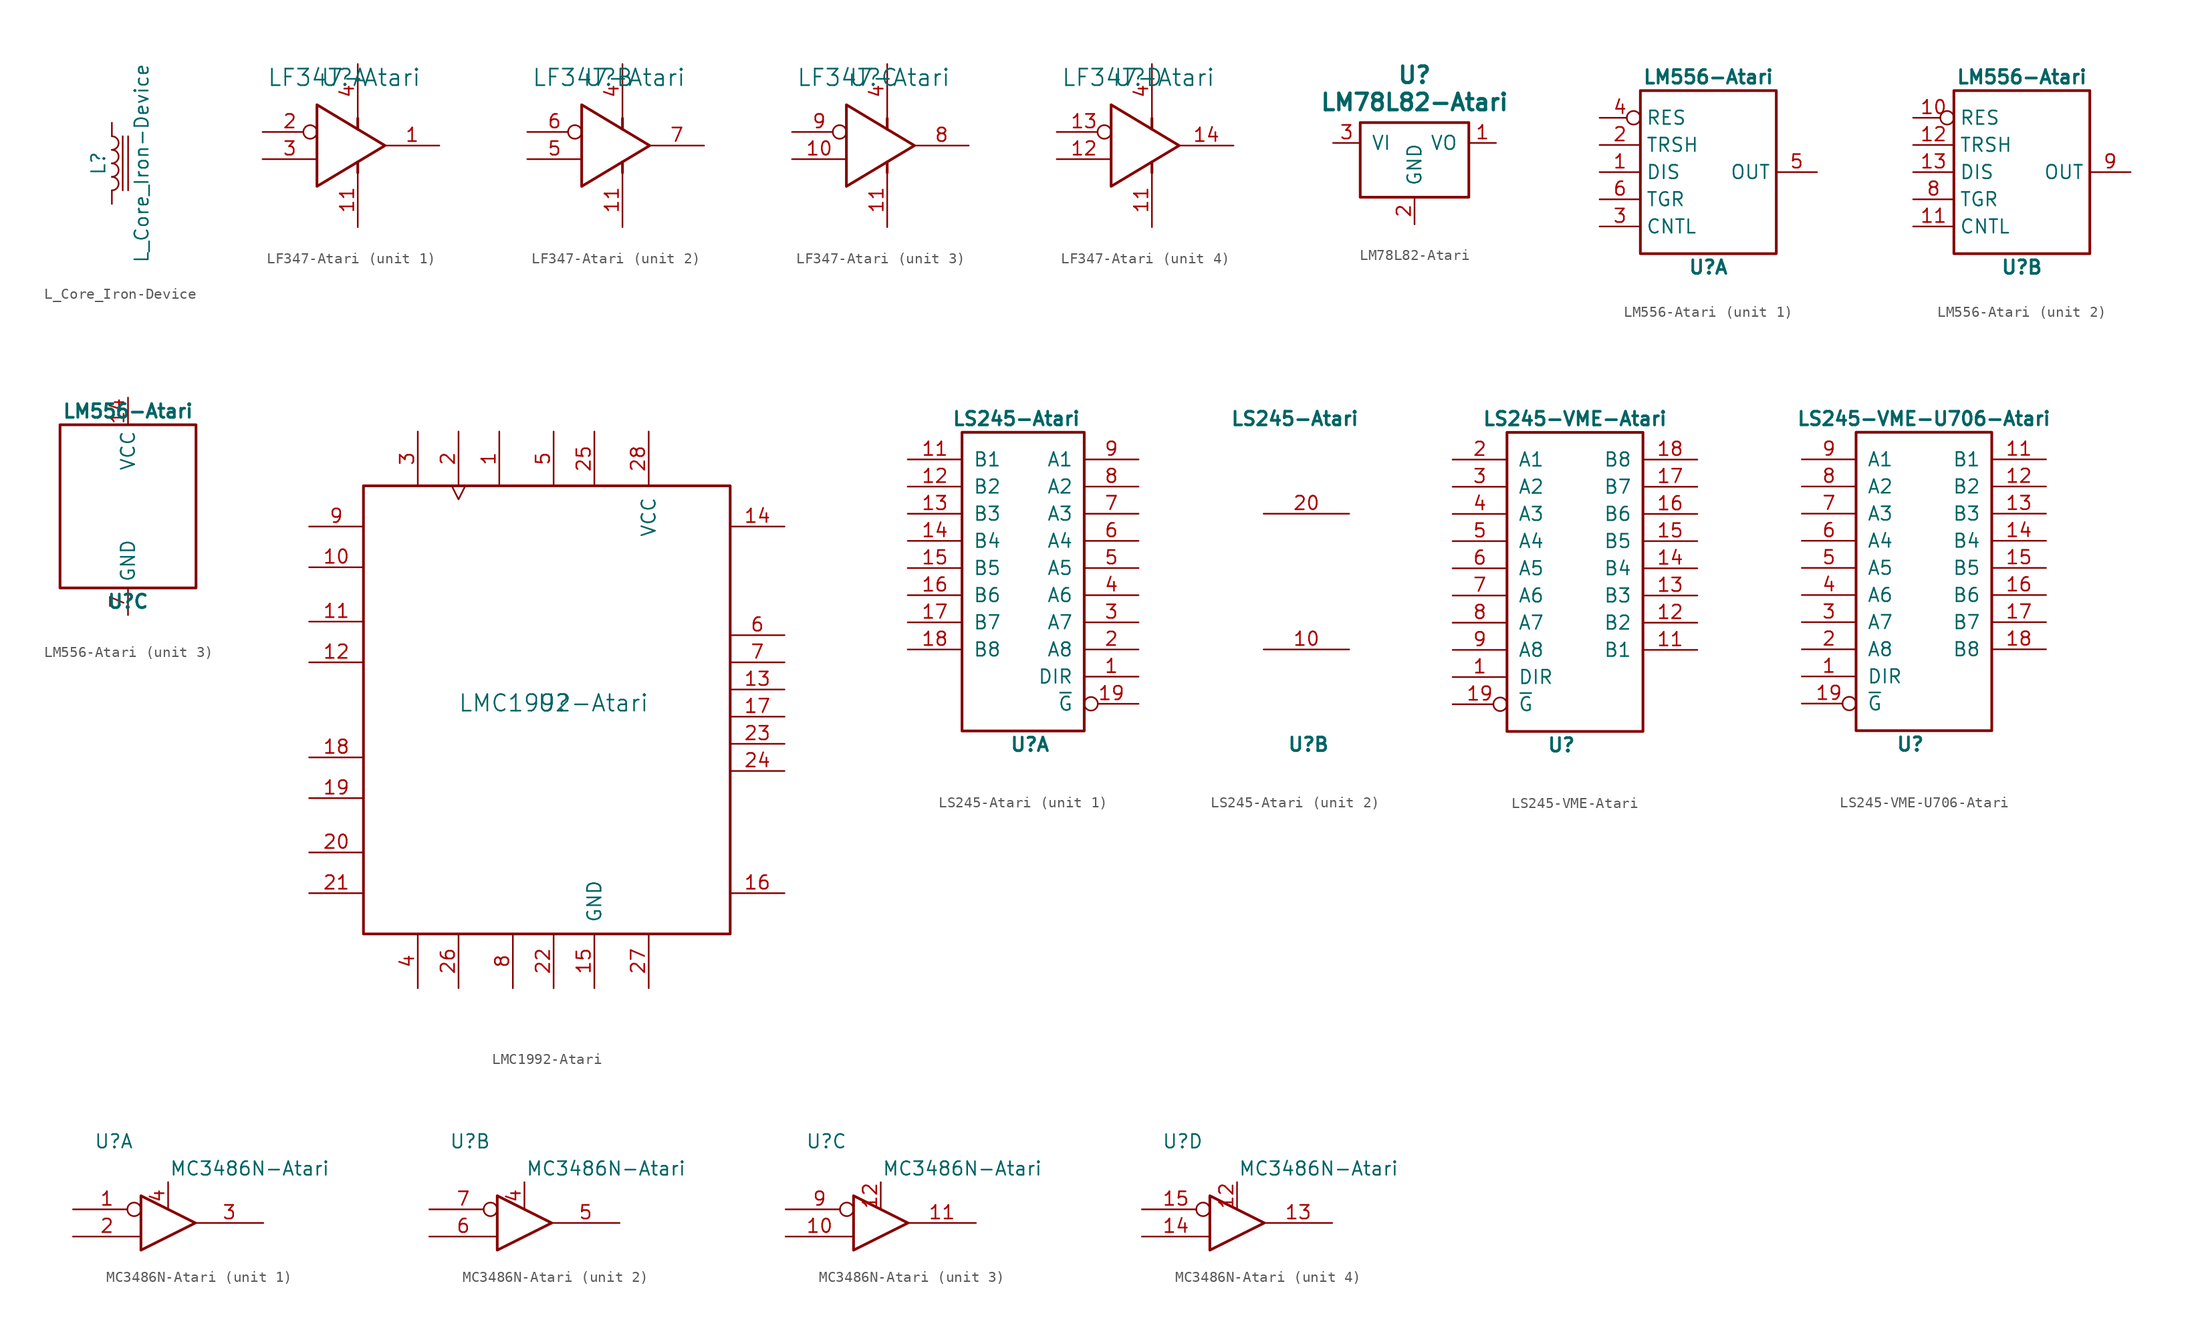
<source format=kicad_sym>
(kicad_symbol_lib
  (version 20231120)
  (generator "kicad_symbol_editor")
  (generator_version "8.0")
  (symbol "L_Core_Iron-Device"
    (pin_numbers hide)
    (pin_names
      (offset 1.016) hide)
    (property "Reference" "L"
      (at -1.27 0 90)
      (effects (font (size 1.27 1.27))))
    (property "Value" "L_Core_Iron-Device"
      (at 2.794 0 90)
      (effects (font (size 1.27 1.27))))
    (symbol "L_Core_Iron-Device_0_1"
      (arc (start 0 -2.54) (mid 0.635 -1.905) (end 0 -1.27) (stroke (width 0) (type solid)) (fill (type none)))
      (arc (start 0 -1.27) (mid 0.635 -0.635) (end 0 0) (stroke (width 0) (type solid)) (fill (type none)))
      (polyline (pts (xy 1.016 2.54) (xy 1.016 -2.54)) (stroke (width 0) (type solid)) (fill (type none)))
      (polyline (pts (xy 1.524 -2.54) (xy 1.524 2.54)) (stroke (width 0) (type solid)) (fill (type none)))
      (arc (start 0 0) (mid 0.635 0.635) (end 0 1.27) (stroke (width 0) (type solid)) (fill (type none)))
      (arc (start 0 1.27) (mid 0.635 1.905) (end 0 2.54) (stroke (width 0) (type solid)) (fill (type none))))
    (symbol "L_Core_Iron-Device_1_1"
      (pin passive line (at 0 3.81 270) (length 1.27) (name "1" (effects (font (size 1.27 1.27)))) (number "1" (effects (font (size 1.27 1.27)))))
      (pin passive line (at 0 -3.81 90) (length 1.27) (name "2" (effects (font (size 1.27 1.27)))) (number "2" (effects (font (size 1.27 1.27)))))))
  (symbol "LF347-Atari"
    (pin_names
      (offset 1.016))
    (property "Reference" "U"
      (at 0 6.35 0)
      (effects (font (size 1.549 1.549))))
    (property "Value" "LF347-Atari"
      (at 0 6.35 0)
      (effects (font (size 1.549 1.549))))
    (symbol "LF347-Atari_0_1"
      (polyline (pts (xy 1.27 -1.524) (xy 1.27 -2.54)) (stroke (width 0.254) (type solid)) (fill (type none)))
      (polyline (pts (xy 1.27 1.524) (xy 1.27 2.54)) (stroke (width 0.254) (type solid)) (fill (type none)))
      (polyline (pts (xy -2.54 3.81) (xy -2.54 -3.81) (xy 3.81 0) (xy -2.54 3.81)) (stroke (width 0.254) (type solid)) (fill (type none)))
      (pin power_in line (at 1.27 -7.62 90) (length 5.08) (name "~" (effects (font (size 1.27 1.27)))) (number "11" (effects (font (size 1.27 1.27)))))
      (pin power_in line (at 1.27 7.62 270) (length 5.08) (name "~" (effects (font (size 1.27 1.27)))) (number "4" (effects (font (size 1.27 1.27))))))
    (symbol "LF347-Atari_1_1"
      (pin output line (at 8.89 0 180) (length 5.08) (name "~" (effects (font (size 1.27 1.27)))) (number "1" (effects (font (size 1.27 1.27)))))
      (pin input inverted (at -7.62 1.27 0) (length 5.08) (name "~" (effects (font (size 1.27 1.27)))) (number "2" (effects (font (size 1.27 1.27)))))
      (pin input line (at -7.62 -1.27 0) (length 5.08) (name "~" (effects (font (size 1.27 1.27)))) (number "3" (effects (font (size 1.27 1.27))))))
    (symbol "LF347-Atari_2_1"
      (pin input line (at -7.62 -1.27 0) (length 5.08) (name "~" (effects (font (size 1.27 1.27)))) (number "5" (effects (font (size 1.27 1.27)))))
      (pin input inverted (at -7.62 1.27 0) (length 5.08) (name "~" (effects (font (size 1.27 1.27)))) (number "6" (effects (font (size 1.27 1.27)))))
      (pin output line (at 8.89 0 180) (length 5.08) (name "~" (effects (font (size 1.27 1.27)))) (number "7" (effects (font (size 1.27 1.27))))))
    (symbol "LF347-Atari_3_1"
      (pin input line (at -7.62 -1.27 0) (length 5.08) (name "~" (effects (font (size 1.27 1.27)))) (number "10" (effects (font (size 1.27 1.27)))))
      (pin output line (at 8.89 0 180) (length 5.08) (name "~" (effects (font (size 1.27 1.27)))) (number "8" (effects (font (size 1.27 1.27)))))
      (pin input inverted (at -7.62 1.27 0) (length 5.08) (name "~" (effects (font (size 1.27 1.27)))) (number "9" (effects (font (size 1.27 1.27))))))
    (symbol "LF347-Atari_4_1"
      (pin input line (at -7.62 -1.27 0) (length 5.08) (name "~" (effects (font (size 1.27 1.27)))) (number "12" (effects (font (size 1.27 1.27)))))
      (pin input inverted (at -7.62 1.27 0) (length 5.08) (name "~" (effects (font (size 1.27 1.27)))) (number "13" (effects (font (size 1.27 1.27)))))
      (pin output line (at 8.89 0 180) (length 5.08) (name "~" (effects (font (size 1.27 1.27)))) (number "14" (effects (font (size 1.27 1.27)))))))
  (symbol "LM78L82-Atari"
    (pin_names
      (offset 1.016))
    (property "Reference" "U"
      (at 0 7.62 0)
      (effects (font (size 1.549 1.549) (bold yes))))
    (property "Value" "LM78L82-Atari"
      (at 0 5.08 0)
      (effects (font (size 1.549 1.549) (bold yes))))
    (symbol "LM78L82-Atari_1_1"
      (rectangle (start -5.08 -3.81) (end 5.08 3.175) (stroke (width 0.254) (type solid)) (fill (type none)))
      (pin power_out line (at 7.62 1.27 180) (length 2.54) (name "VO" (effects (font (size 1.27 1.27)))) (number "1" (effects (font (size 1.27 1.27)))))
      (pin power_in line (at 0 -6.35 90) (length 2.54) (name "GND" (effects (font (size 1.27 1.27)))) (number "2" (effects (font (size 1.27 1.27)))))
      (pin power_in line (at -7.62 1.27 0) (length 2.54) (name "VI" (effects (font (size 1.27 1.27)))) (number "3" (effects (font (size 1.27 1.27)))))))
  (symbol "LM556-Atari"
    (property "Reference" "U"
      (at 0 -8.89 0)
      (effects (font (size 1.27 1.27) (bold yes))))
    (property "Value" "LM556-Atari"
      (at 0 8.89 0)
      (effects (font (size 1.27 1.27) (bold yes))))
    (property "ki_locked" ""
      (at 0 0 0)
      (effects (font (size 1.27 1.27))))
    (symbol "LM556-Atari_0_1"
      (rectangle (start -6.35 -7.62) (end 6.35 7.62) (stroke (width 0.254) (type solid)) (fill (type none))))
    (symbol "LM556-Atari_1_1"
      (pin input line (at -10.16 0 0) (length 3.81) (name "DIS" (effects (font (size 1.27 1.27)))) (number "1" (effects (font (size 1.27 1.27)))))
      (pin input line (at -10.16 2.54 0) (length 3.81) (name "TRSH" (effects (font (size 1.27 1.27)))) (number "2" (effects (font (size 1.27 1.27)))))
      (pin input line (at -10.16 -5.08 0) (length 3.81) (name "CNTL" (effects (font (size 1.27 1.27)))) (number "3" (effects (font (size 1.27 1.27)))))
      (pin input inverted (at -10.16 5.08 0) (length 3.81) (name "RES" (effects (font (size 1.27 1.27)))) (number "4" (effects (font (size 1.27 1.27)))))
      (pin output line (at 10.16 0 180) (length 3.81) (name "OUT" (effects (font (size 1.27 1.27)))) (number "5" (effects (font (size 1.27 1.27)))))
      (pin input line (at -10.16 -2.54 0) (length 3.81) (name "TGR" (effects (font (size 1.27 1.27)))) (number "6" (effects (font (size 1.27 1.27))))))
    (symbol "LM556-Atari_2_1"
      (pin input inverted (at -10.16 5.08 0) (length 3.81) (name "RES" (effects (font (size 1.27 1.27)))) (number "10" (effects (font (size 1.27 1.27)))))
      (pin input line (at -10.16 -5.08 0) (length 3.81) (name "CNTL" (effects (font (size 1.27 1.27)))) (number "11" (effects (font (size 1.27 1.27)))))
      (pin input line (at -10.16 2.54 0) (length 3.81) (name "TRSH" (effects (font (size 1.27 1.27)))) (number "12" (effects (font (size 1.27 1.27)))))
      (pin input line (at -10.16 0 0) (length 3.81) (name "DIS" (effects (font (size 1.27 1.27)))) (number "13" (effects (font (size 1.27 1.27)))))
      (pin input line (at -10.16 -2.54 0) (length 3.81) (name "TGR" (effects (font (size 1.27 1.27)))) (number "8" (effects (font (size 1.27 1.27)))))
      (pin output line (at 10.16 0 180) (length 3.81) (name "OUT" (effects (font (size 1.27 1.27)))) (number "9" (effects (font (size 1.27 1.27))))))
    (symbol "LM556-Atari_3_1"
      (pin power_in line (at 0 10.16 270) (length 2.54) (name "VCC" (effects (font (size 1.27 1.27)))) (number "14" (effects (font (size 1.27 1.27)))))
      (pin power_in line (at 0 -10.16 90) (length 2.54) (name "GND" (effects (font (size 1.27 1.27)))) (number "7" (effects (font (size 1.27 1.27)))))))
  (symbol "LMC1992-Atari"
    (pin_names
      (offset 1.016))
    (property "Reference" "U"
      (at 0 0 0)
      (effects (font (size 1.549 1.549))))
    (property "Value" "LMC1992-Atari"
      (at 0 0 0)
      (effects (font (size 1.549 1.549))))
    (symbol "LMC1992-Atari_0_1"
      (rectangle (start -17.78 20.32) (end 16.51 -21.59) (stroke (width 0.254) (type solid)) (fill (type none))))
    (symbol "LMC1992-Atari_1_1"
      (pin input line (at -5.08 25.4 270) (length 5.08) (name "~" (effects (font (size 1.27 1.27)))) (number "1" (effects (font (size 1.27 1.27)))))
      (pin input line (at -22.86 12.7 0) (length 5.08) (name "~" (effects (font (size 1.27 1.27)))) (number "10" (effects (font (size 1.27 1.27)))))
      (pin output line (at -22.86 7.62 0) (length 5.08) (name "~" (effects (font (size 1.27 1.27)))) (number "11" (effects (font (size 1.27 1.27)))))
      (pin output line (at -22.86 3.81 0) (length 5.08) (name "~" (effects (font (size 1.27 1.27)))) (number "12" (effects (font (size 1.27 1.27)))))
      (pin output line (at 21.59 1.27 180) (length 5.08) (name "~" (effects (font (size 1.27 1.27)))) (number "13" (effects (font (size 1.27 1.27)))))
      (pin output line (at 21.59 16.51 180) (length 5.08) (name "~" (effects (font (size 1.27 1.27)))) (number "14" (effects (font (size 1.27 1.27)))))
      (pin power_in line (at 3.81 -26.67 90) (length 5.08) (name "GND" (effects (font (size 1.27 1.27)))) (number "15" (effects (font (size 1.27 1.27)))))
      (pin output line (at 21.59 -17.78 180) (length 5.08) (name "~" (effects (font (size 1.27 1.27)))) (number "16" (effects (font (size 1.27 1.27)))))
      (pin output line (at 21.59 -1.27 180) (length 5.08) (name "~" (effects (font (size 1.27 1.27)))) (number "17" (effects (font (size 1.27 1.27)))))
      (pin output line (at -22.86 -5.08 0) (length 5.08) (name "~" (effects (font (size 1.27 1.27)))) (number "18" (effects (font (size 1.27 1.27)))))
      (pin output line (at -22.86 -8.89 0) (length 5.08) (name "~" (effects (font (size 1.27 1.27)))) (number "19" (effects (font (size 1.27 1.27)))))
      (pin input clock (at -8.89 25.4 270) (length 5.08) (name "~" (effects (font (size 1.27 1.27)))) (number "2" (effects (font (size 1.27 1.27)))))
      (pin input line (at -22.86 -13.97 0) (length 5.08) (name "~" (effects (font (size 1.27 1.27)))) (number "20" (effects (font (size 1.27 1.27)))))
      (pin input line (at -22.86 -17.78 0) (length 5.08) (name "~" (effects (font (size 1.27 1.27)))) (number "21" (effects (font (size 1.27 1.27)))))
      (pin output line (at 0 -26.67 90) (length 5.08) (name "~" (effects (font (size 1.27 1.27)))) (number "22" (effects (font (size 1.27 1.27)))))
      (pin input line (at 21.59 -3.81 180) (length 5.08) (name "~" (effects (font (size 1.27 1.27)))) (number "23" (effects (font (size 1.27 1.27)))))
      (pin input line (at 21.59 -6.35 180) (length 5.08) (name "~" (effects (font (size 1.27 1.27)))) (number "24" (effects (font (size 1.27 1.27)))))
      (pin input line (at 3.81 25.4 270) (length 5.08) (name "~" (effects (font (size 1.27 1.27)))) (number "25" (effects (font (size 1.27 1.27)))))
      (pin input line (at -8.89 -26.67 90) (length 5.08) (name "~" (effects (font (size 1.27 1.27)))) (number "26" (effects (font (size 1.27 1.27)))))
      (pin input line (at 8.89 -26.67 90) (length 5.08) (name "~" (effects (font (size 1.27 1.27)))) (number "27" (effects (font (size 1.27 1.27)))))
      (pin power_in line (at 8.89 25.4 270) (length 5.08) (name "VCC" (effects (font (size 1.27 1.27)))) (number "28" (effects (font (size 1.27 1.27)))))
      (pin input line (at -12.7 25.4 270) (length 5.08) (name "~" (effects (font (size 1.27 1.27)))) (number "3" (effects (font (size 1.27 1.27)))))
      (pin input line (at -12.7 -26.67 90) (length 5.08) (name "~" (effects (font (size 1.27 1.27)))) (number "4" (effects (font (size 1.27 1.27)))))
      (pin input line (at 0 25.4 270) (length 5.08) (name "~" (effects (font (size 1.27 1.27)))) (number "5" (effects (font (size 1.27 1.27)))))
      (pin input line (at 21.59 6.35 180) (length 5.08) (name "~" (effects (font (size 1.27 1.27)))) (number "6" (effects (font (size 1.27 1.27)))))
      (pin input line (at 21.59 3.81 180) (length 5.08) (name "~" (effects (font (size 1.27 1.27)))) (number "7" (effects (font (size 1.27 1.27)))))
      (pin output line (at -3.81 -26.67 90) (length 5.08) (name "~" (effects (font (size 1.27 1.27)))) (number "8" (effects (font (size 1.27 1.27)))))
      (pin input line (at -22.86 16.51 0) (length 5.08) (name "~" (effects (font (size 1.27 1.27)))) (number "9" (effects (font (size 1.27 1.27)))))))
  (symbol "LS245-Atari"
    (pin_names
      (offset 1.016))
    (property "Reference" "U"
      (at 0 -15.24 0)
      (effects (font (size 1.27 1.27) (bold yes))))
    (property "Value" "LS245-Atari"
      (at -1.27 15.24 0)
      (effects (font (size 1.27 1.27) (bold yes))))
    (symbol "LS245-Atari_1_0"
      (pin input line (at 10.16 -8.89 180) (length 5.08) (name "DIR" (effects (font (size 1.27 1.27)))) (number "1" (effects (font (size 1.27 1.27)))))
      (pin input line (at -11.43 11.43 0) (length 5.08) (name "B1" (effects (font (size 1.27 1.27)))) (number "11" (effects (font (size 1.27 1.27)))))
      (pin input line (at -11.43 8.89 0) (length 5.08) (name "B2" (effects (font (size 1.27 1.27)))) (number "12" (effects (font (size 1.27 1.27)))))
      (pin input line (at -11.43 6.35 0) (length 5.08) (name "B3" (effects (font (size 1.27 1.27)))) (number "13" (effects (font (size 1.27 1.27)))))
      (pin input line (at -11.43 3.81 0) (length 5.08) (name "B4" (effects (font (size 1.27 1.27)))) (number "14" (effects (font (size 1.27 1.27)))))
      (pin input line (at -11.43 1.27 0) (length 5.08) (name "B5" (effects (font (size 1.27 1.27)))) (number "15" (effects (font (size 1.27 1.27)))))
      (pin input line (at -11.43 -1.27 0) (length 5.08) (name "B6" (effects (font (size 1.27 1.27)))) (number "16" (effects (font (size 1.27 1.27)))))
      (pin input line (at -11.43 -3.81 0) (length 5.08) (name "B7" (effects (font (size 1.27 1.27)))) (number "17" (effects (font (size 1.27 1.27)))))
      (pin input line (at -11.43 -6.35 0) (length 5.08) (name "B8" (effects (font (size 1.27 1.27)))) (number "18" (effects (font (size 1.27 1.27)))))
      (pin input inverted (at 10.16 -11.43 180) (length 5.08) (name "~{G}" (effects (font (size 1.27 1.27)))) (number "19" (effects (font (size 1.27 1.27)))))
      (pin output line (at 10.16 -6.35 180) (length 5.08) (name "A8" (effects (font (size 1.27 1.27)))) (number "2" (effects (font (size 1.27 1.27)))))
      (pin output line (at 10.16 -3.81 180) (length 5.08) (name "A7" (effects (font (size 1.27 1.27)))) (number "3" (effects (font (size 1.27 1.27)))))
      (pin output line (at 10.16 -1.27 180) (length 5.08) (name "A6" (effects (font (size 1.27 1.27)))) (number "4" (effects (font (size 1.27 1.27)))))
      (pin output line (at 10.16 1.27 180) (length 5.08) (name "A5" (effects (font (size 1.27 1.27)))) (number "5" (effects (font (size 1.27 1.27)))))
      (pin output line (at 10.16 3.81 180) (length 5.08) (name "A4" (effects (font (size 1.27 1.27)))) (number "6" (effects (font (size 1.27 1.27)))))
      (pin output line (at 10.16 6.35 180) (length 5.08) (name "A3" (effects (font (size 1.27 1.27)))) (number "7" (effects (font (size 1.27 1.27)))))
      (pin output line (at 10.16 8.89 180) (length 5.08) (name "A2" (effects (font (size 1.27 1.27)))) (number "8" (effects (font (size 1.27 1.27)))))
      (pin output line (at 10.16 11.43 180) (length 5.08) (name "A1" (effects (font (size 1.27 1.27)))) (number "9" (effects (font (size 1.27 1.27))))))
    (symbol "LS245-Atari_1_1"
      (rectangle (start -6.35 13.97) (end 5.08 -13.97) (stroke (width 0.254) (type solid)) (fill (type none))))
    (symbol "LS245-Atari_2_0"
      (pin power_in line (at 3.81 -6.35 180) (length 8.001) (name "GND" (effects (font (size 0 0)))) (number "10" (effects (font (size 1.27 1.27)))))
      (pin power_in line (at 3.81 6.35 180) (length 8.001) (name "VCC" (effects (font (size 0 0)))) (number "20" (effects (font (size 1.27 1.27)))))))
  (symbol "LS245-VME-Atari"
    (pin_names
      (offset 1.016))
    (property "Reference" "U"
      (at -1.27 -15.24 0)
      (effects (font (size 1.27 1.27) (bold yes))))
    (property "Value" "LS245-VME-Atari"
      (at 0 15.24 0)
      (effects (font (size 1.27 1.27) (bold yes))))
    (symbol "LS245-VME-Atari_1_0"
      (pin input line (at -11.43 -8.89 0) (length 5.08) (name "DIR" (effects (font (size 1.27 1.27)))) (number "1" (effects (font (size 1.27 1.27)))))
      (pin input line (at 11.43 -6.35 180) (length 5.08) (name "B1" (effects (font (size 1.27 1.27)))) (number "11" (effects (font (size 1.27 1.27)))))
      (pin input line (at 11.43 -3.81 180) (length 5.08) (name "B2" (effects (font (size 1.27 1.27)))) (number "12" (effects (font (size 1.27 1.27)))))
      (pin input line (at 11.43 -1.27 180) (length 5.08) (name "B3" (effects (font (size 1.27 1.27)))) (number "13" (effects (font (size 1.27 1.27)))))
      (pin input line (at 11.43 1.27 180) (length 5.08) (name "B4" (effects (font (size 1.27 1.27)))) (number "14" (effects (font (size 1.27 1.27)))))
      (pin input line (at 11.43 3.81 180) (length 5.08) (name "B5" (effects (font (size 1.27 1.27)))) (number "15" (effects (font (size 1.27 1.27)))))
      (pin input line (at 11.43 6.35 180) (length 5.08) (name "B6" (effects (font (size 1.27 1.27)))) (number "16" (effects (font (size 1.27 1.27)))))
      (pin input line (at 11.43 8.89 180) (length 5.08) (name "B7" (effects (font (size 1.27 1.27)))) (number "17" (effects (font (size 1.27 1.27)))))
      (pin input line (at 11.43 11.43 180) (length 5.08) (name "B8" (effects (font (size 1.27 1.27)))) (number "18" (effects (font (size 1.27 1.27)))))
      (pin input inverted (at -11.43 -11.43 0) (length 5.08) (name "~{G}" (effects (font (size 1.27 1.27)))) (number "19" (effects (font (size 1.27 1.27)))))
      (pin output line (at -11.43 11.43 0) (length 5.08) (name "A1" (effects (font (size 1.27 1.27)))) (number "2" (effects (font (size 1.27 1.27)))))
      (pin output line (at -11.43 8.89 0) (length 5.08) (name "A2" (effects (font (size 1.27 1.27)))) (number "3" (effects (font (size 1.27 1.27)))))
      (pin output line (at -11.43 6.35 0) (length 5.08) (name "A3" (effects (font (size 1.27 1.27)))) (number "4" (effects (font (size 1.27 1.27)))))
      (pin output line (at -11.43 3.81 0) (length 5.08) (name "A4" (effects (font (size 1.27 1.27)))) (number "5" (effects (font (size 1.27 1.27)))))
      (pin output line (at -11.43 1.27 0) (length 5.08) (name "A5" (effects (font (size 1.27 1.27)))) (number "6" (effects (font (size 1.27 1.27)))))
      (pin output line (at -11.43 -1.27 0) (length 5.08) (name "A6" (effects (font (size 1.27 1.27)))) (number "7" (effects (font (size 1.27 1.27)))))
      (pin output line (at -11.43 -3.81 0) (length 5.08) (name "A7" (effects (font (size 1.27 1.27)))) (number "8" (effects (font (size 1.27 1.27)))))
      (pin output line (at -11.43 -6.35 0) (length 5.08) (name "A8" (effects (font (size 1.27 1.27)))) (number "9" (effects (font (size 1.27 1.27))))))
    (symbol "LS245-VME-Atari_1_1"
      (rectangle (start 6.35 13.97) (end -6.35 -13.97) (stroke (width 0.254) (type solid)) (fill (type none)))
      (pin power_in line (at 0 -2.54 90) (length 0) hide (name "GND" (effects (font (size 0 0)))) (number "10" (effects (font (size 1.27 1.27)))))
      (pin power_in line (at 0 2.54 270) (length 0) hide (name "VCC" (effects (font (size 0 0)))) (number "20" (effects (font (size 1.27 1.27)))))))
  (symbol "LS245-VME-U706-Atari"
    (pin_names
      (offset 1.016))
    (property "Reference" "U"
      (at -1.27 -15.24 0)
      (effects (font (size 1.27 1.27) (bold yes))))
    (property "Value" "LS245-VME-U706-Atari"
      (at 0 15.24 0)
      (effects (font (size 1.27 1.27) (bold yes))))
    (symbol "LS245-VME-U706-Atari_1_0"
      (pin input line (at -11.43 -8.89 0) (length 5.08) (name "DIR" (effects (font (size 1.27 1.27)))) (number "1" (effects (font (size 1.27 1.27)))))
      (pin input line (at 11.43 11.43 180) (length 5.08) (name "B1" (effects (font (size 1.27 1.27)))) (number "11" (effects (font (size 1.27 1.27)))))
      (pin input line (at 11.43 8.89 180) (length 5.08) (name "B2" (effects (font (size 1.27 1.27)))) (number "12" (effects (font (size 1.27 1.27)))))
      (pin input line (at 11.43 6.35 180) (length 5.08) (name "B3" (effects (font (size 1.27 1.27)))) (number "13" (effects (font (size 1.27 1.27)))))
      (pin input line (at 11.43 3.81 180) (length 5.08) (name "B4" (effects (font (size 1.27 1.27)))) (number "14" (effects (font (size 1.27 1.27)))))
      (pin input line (at 11.43 1.27 180) (length 5.08) (name "B5" (effects (font (size 1.27 1.27)))) (number "15" (effects (font (size 1.27 1.27)))))
      (pin input line (at 11.43 -1.27 180) (length 5.08) (name "B6" (effects (font (size 1.27 1.27)))) (number "16" (effects (font (size 1.27 1.27)))))
      (pin input line (at 11.43 -3.81 180) (length 5.08) (name "B7" (effects (font (size 1.27 1.27)))) (number "17" (effects (font (size 1.27 1.27)))))
      (pin input line (at 11.43 -6.35 180) (length 5.08) (name "B8" (effects (font (size 1.27 1.27)))) (number "18" (effects (font (size 1.27 1.27)))))
      (pin input inverted (at -11.43 -11.43 0) (length 5.08) (name "~{G}" (effects (font (size 1.27 1.27)))) (number "19" (effects (font (size 1.27 1.27)))))
      (pin output line (at -11.43 -6.35 0) (length 5.08) (name "A8" (effects (font (size 1.27 1.27)))) (number "2" (effects (font (size 1.27 1.27)))))
      (pin output line (at -11.43 -3.81 0) (length 5.08) (name "A7" (effects (font (size 1.27 1.27)))) (number "3" (effects (font (size 1.27 1.27)))))
      (pin output line (at -11.43 -1.27 0) (length 5.08) (name "A6" (effects (font (size 1.27 1.27)))) (number "4" (effects (font (size 1.27 1.27)))))
      (pin output line (at -11.43 1.27 0) (length 5.08) (name "A5" (effects (font (size 1.27 1.27)))) (number "5" (effects (font (size 1.27 1.27)))))
      (pin output line (at -11.43 3.81 0) (length 5.08) (name "A4" (effects (font (size 1.27 1.27)))) (number "6" (effects (font (size 1.27 1.27)))))
      (pin output line (at -11.43 6.35 0) (length 5.08) (name "A3" (effects (font (size 1.27 1.27)))) (number "7" (effects (font (size 1.27 1.27)))))
      (pin output line (at -11.43 8.89 0) (length 5.08) (name "A2" (effects (font (size 1.27 1.27)))) (number "8" (effects (font (size 1.27 1.27)))))
      (pin output line (at -11.43 11.43 0) (length 5.08) (name "A1" (effects (font (size 1.27 1.27)))) (number "9" (effects (font (size 1.27 1.27))))))
    (symbol "LS245-VME-U706-Atari_1_1"
      (rectangle (start 6.35 13.97) (end -6.35 -13.97) (stroke (width 0.254) (type solid)) (fill (type none)))
      (pin power_in line (at 0 -2.54 90) (length 0) hide (name "GND" (effects (font (size 0 0)))) (number "10" (effects (font (size 1.27 1.27)))))
      (pin power_in line (at 0 2.54 270) (length 0) hide (name "VCC" (effects (font (size 0 0)))) (number "20" (effects (font (size 1.27 1.27)))))))
  (symbol "MC3486N-Atari"
    (pin_names
      (offset 1.016) hide)
    (property "Reference" "U"
      (at -7.62 7.62 0)
      (effects (font (size 1.27 1.27))))
    (property "Value" "MC3486N-Atari"
      (at 5.08 5.08 0)
      (effects (font (size 1.27 1.27))))
    (symbol "MC3486N-Atari_0_1"
      (polyline (pts (xy -5.08 2.54) (xy -5.08 -2.54) (xy 0 0) (xy -5.08 2.54)) (stroke (width 0.254) (type solid)) (fill (type none))))
    (symbol "MC3486N-Atari_1_1"
      (pin input inverted (at -11.43 1.27 0) (length 6.35) (name "E-" (effects (font (size 1.27 1.27)))) (number "1" (effects (font (size 1.27 1.27)))))
      (pin power_in line (at -5.08 -2.54 90) (length 0) hide (name "VCC" (effects (font (size 0 0)))) (number "16" (effects (font (size 1.27 1.27)))))
      (pin input line (at -11.43 -1.27 0) (length 6.35) (name "E+" (effects (font (size 1.27 1.27)))) (number "2" (effects (font (size 1.27 1.27)))))
      (pin tri_state line (at 6.35 0 180) (length 6.35) (name "OUT" (effects (font (size 1.27 1.27)))) (number "3" (effects (font (size 1.27 1.27)))))
      (pin input line (at -2.54 3.81 270) (length 2.54) (name "ENABLE" (effects (font (size 1.27 1.27)))) (number "4" (effects (font (size 1.27 1.27)))))
      (pin power_in line (at -5.08 2.54 270) (length 0) hide (name "GND" (effects (font (size 0 0)))) (number "8" (effects (font (size 1.27 1.27))))))
    (symbol "MC3486N-Atari_2_1"
      (pin power_in line (at -5.08 -2.54 90) (length 0) hide (name "VCC" (effects (font (size 0 0)))) (number "16" (effects (font (size 1.27 1.27)))))
      (pin input line (at -2.54 3.81 270) (length 2.54) (name "ENABLE" (effects (font (size 1.27 1.27)))) (number "4" (effects (font (size 1.27 1.27)))))
      (pin tri_state line (at 6.35 0 180) (length 6.35) (name "OUT" (effects (font (size 1.27 1.27)))) (number "5" (effects (font (size 1.27 1.27)))))
      (pin input line (at -11.43 -1.27 0) (length 6.35) (name "E+" (effects (font (size 1.27 1.27)))) (number "6" (effects (font (size 1.27 1.27)))))
      (pin input inverted (at -11.43 1.27 0) (length 6.35) (name "E-" (effects (font (size 1.27 1.27)))) (number "7" (effects (font (size 1.27 1.27)))))
      (pin power_in line (at -5.08 2.54 270) (length 0) hide (name "GND" (effects (font (size 0 0)))) (number "8" (effects (font (size 1.27 1.27))))))
    (symbol "MC3486N-Atari_3_1"
      (pin input line (at -11.43 -1.27 0) (length 6.35) (name "E+" (effects (font (size 1.27 1.27)))) (number "10" (effects (font (size 1.27 1.27)))))
      (pin tri_state line (at 6.35 0 180) (length 6.35) (name "OUT" (effects (font (size 1.27 1.27)))) (number "11" (effects (font (size 1.27 1.27)))))
      (pin input line (at -2.54 3.81 270) (length 2.54) (name "ENABLE" (effects (font (size 1.27 1.27)))) (number "12" (effects (font (size 1.27 1.27)))))
      (pin power_in line (at -5.08 -2.54 90) (length 0) hide (name "VCC" (effects (font (size 0 0)))) (number "16" (effects (font (size 1.27 1.27)))))
      (pin power_in line (at -5.08 2.54 270) (length 0) hide (name "GND" (effects (font (size 0 0)))) (number "8" (effects (font (size 1.27 1.27)))))
      (pin input inverted (at -11.43 1.27 0) (length 6.35) (name "E-" (effects (font (size 1.27 1.27)))) (number "9" (effects (font (size 1.27 1.27))))))
    (symbol "MC3486N-Atari_4_1"
      (pin input line (at -2.54 3.81 270) (length 2.54) (name "ENABLE" (effects (font (size 1.27 1.27)))) (number "12" (effects (font (size 1.27 1.27)))))
      (pin tri_state line (at 6.35 0 180) (length 6.35) (name "OUT" (effects (font (size 1.27 1.27)))) (number "13" (effects (font (size 1.27 1.27)))))
      (pin input line (at -11.43 -1.27 0) (length 6.35) (name "E+" (effects (font (size 1.27 1.27)))) (number "14" (effects (font (size 1.27 1.27)))))
      (pin input inverted (at -11.43 1.27 0) (length 6.35) (name "E-" (effects (font (size 1.27 1.27)))) (number "15" (effects (font (size 1.27 1.27)))))
      (pin power_in line (at -5.08 -2.54 90) (length 0) hide (name "VCC" (effects (font (size 0 0)))) (number "16" (effects (font (size 1.27 1.27)))))
      (pin power_in line (at -5.08 2.54 270) (length 0) hide (name "GND" (effects (font (size 0 0)))) (number "8" (effects (font (size 1.27 1.27))))))))
</source>
